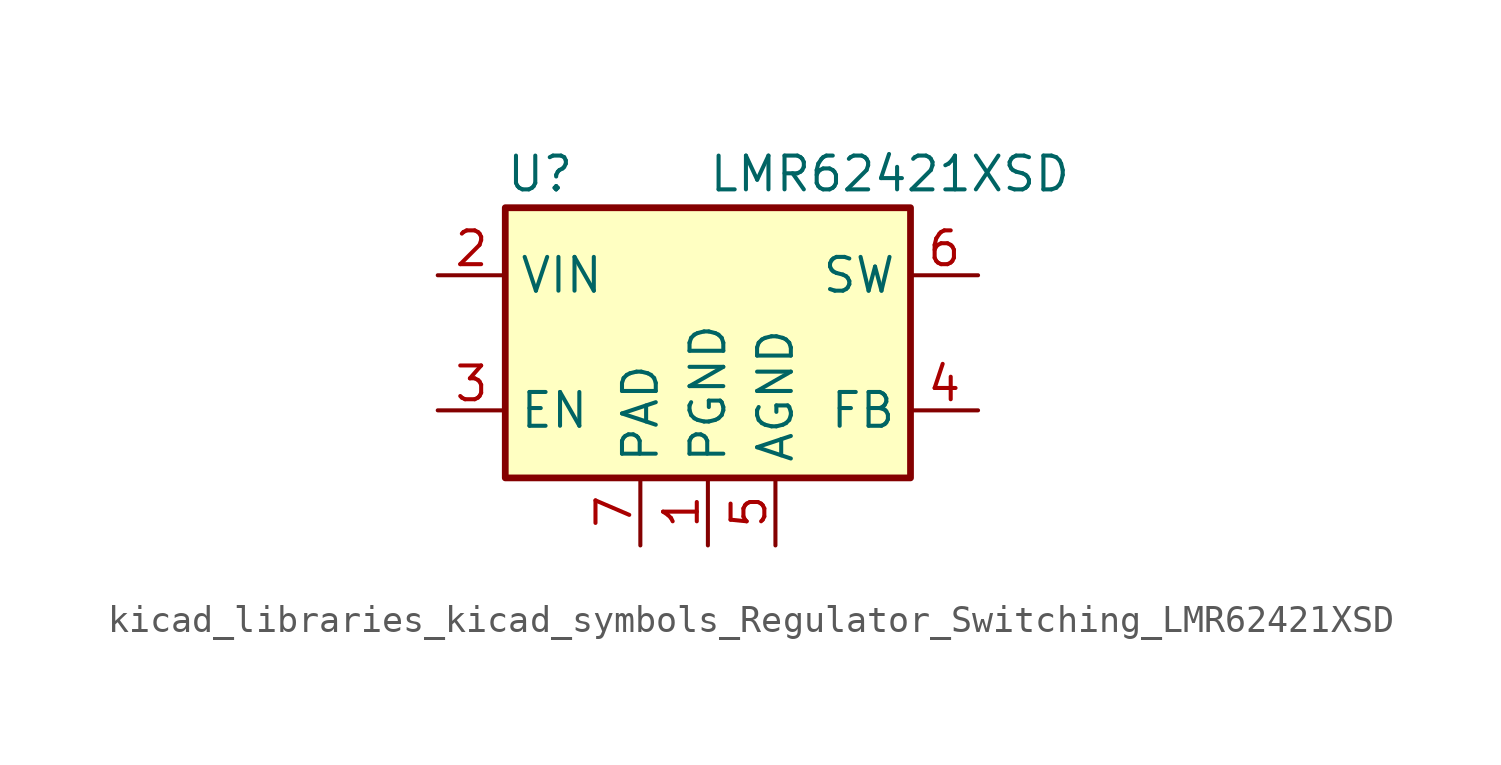
<source format=kicad_sym>
(kicad_symbol_lib
  (version 20220914)
  (generator kicad_symbol_editor)
  (symbol "kicad_libraries_kicad_symbols_Regulator_Switching_LMR62421XSD"
    (property "Reference" "U"
      (at -7.62 6.35 0)
      (effects (font (size 1.27 1.27)) (justify left)))
    (property "Value" "LMR62421XSD"
      (at 0 6.35 0)
      (effects (font (size 1.27 1.27)) (justify left)))
    (symbol "kicad_libraries_kicad_symbols_Regulator_Switching_LMR62421XSD_0_1"
      (rectangle (start -7.62 5.08) (end 7.62 -5.08) (stroke (width 0.254) (type default)) (fill (type background))))
    (symbol "kicad_libraries_kicad_symbols_Regulator_Switching_LMR62421XSD_1_1"
      (pin power_in line (at 0 -7.62 90) (length 2.54) (name "PGND" (effects (font (size 1.27 1.27)))) (number "1" (effects (font (size 1.27 1.27)))))
      (pin power_in line (at -10.16 2.54 0) (length 2.54) (name "VIN" (effects (font (size 1.27 1.27)))) (number "2" (effects (font (size 1.27 1.27)))))
      (pin input line (at -10.16 -2.54 0) (length 2.54) (name "EN" (effects (font (size 1.27 1.27)))) (number "3" (effects (font (size 1.27 1.27)))))
      (pin input line (at 10.16 -2.54 180) (length 2.54) (name "FB" (effects (font (size 1.27 1.27)))) (number "4" (effects (font (size 1.27 1.27)))))
      (pin input line (at 2.54 -7.62 90) (length 2.54) (name "AGND" (effects (font (size 1.27 1.27)))) (number "5" (effects (font (size 1.27 1.27)))))
      (pin output line (at 10.16 2.54 180) (length 2.54) (name "SW" (effects (font (size 1.27 1.27)))) (number "6" (effects (font (size 1.27 1.27)))))
      (pin passive line (at -2.54 -7.62 90) (length 2.54) (name "PAD" (effects (font (size 1.27 1.27)))) (number "7" (effects (font (size 1.27 1.27))))))))
</source>
